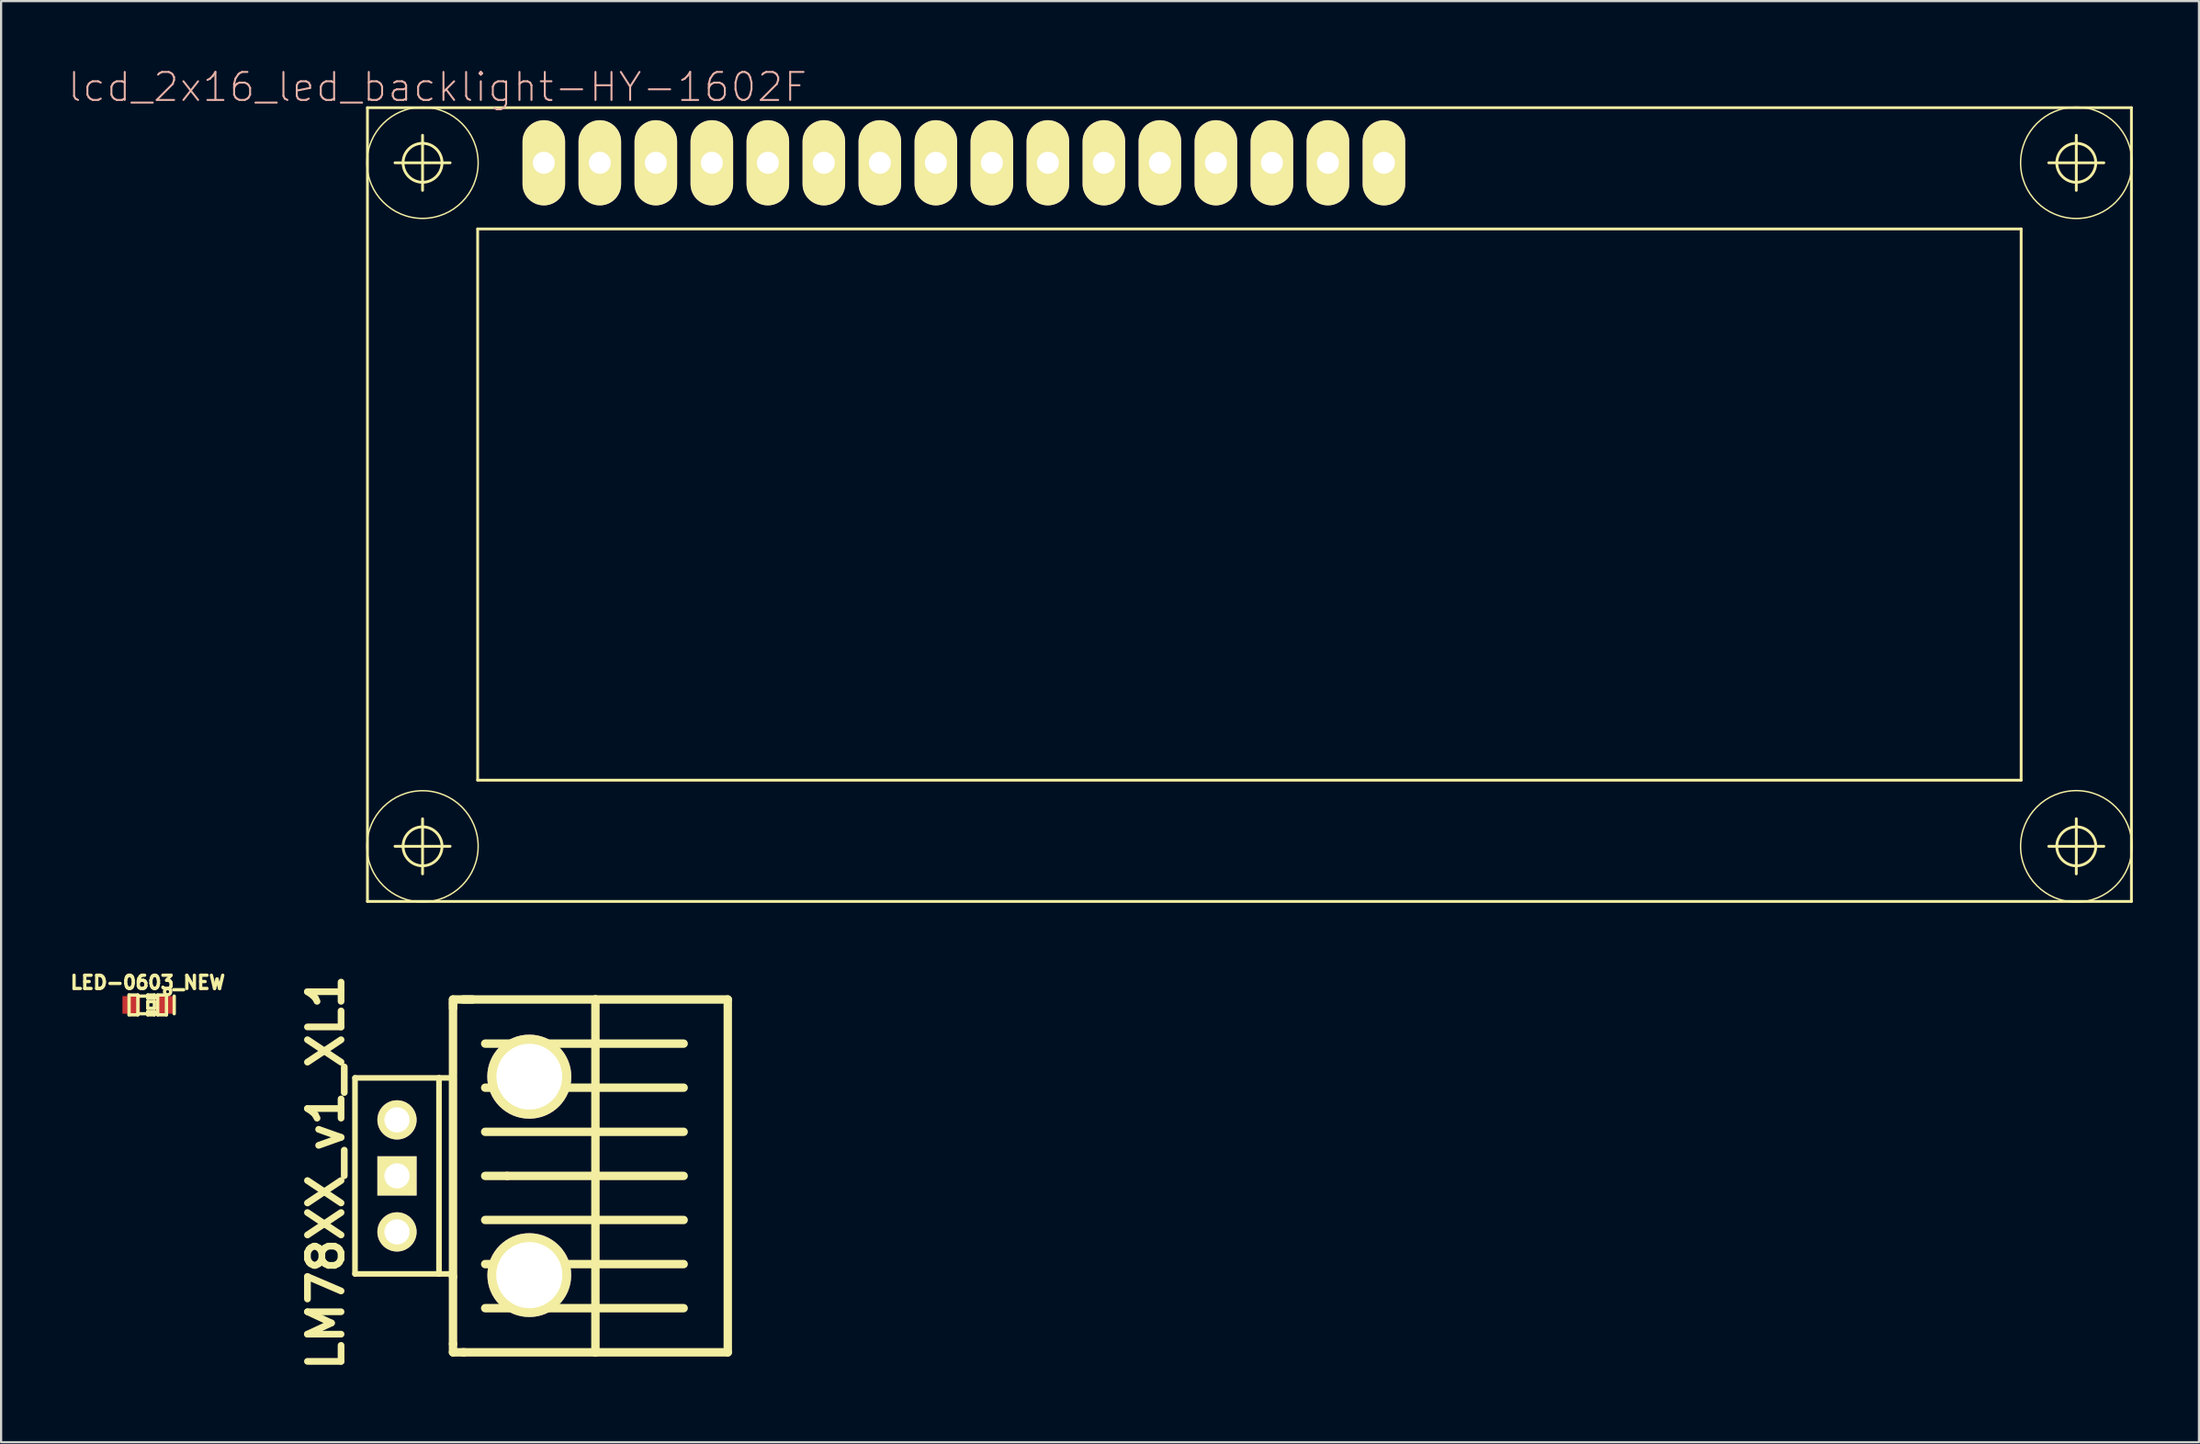
<source format=kicad_pcb>
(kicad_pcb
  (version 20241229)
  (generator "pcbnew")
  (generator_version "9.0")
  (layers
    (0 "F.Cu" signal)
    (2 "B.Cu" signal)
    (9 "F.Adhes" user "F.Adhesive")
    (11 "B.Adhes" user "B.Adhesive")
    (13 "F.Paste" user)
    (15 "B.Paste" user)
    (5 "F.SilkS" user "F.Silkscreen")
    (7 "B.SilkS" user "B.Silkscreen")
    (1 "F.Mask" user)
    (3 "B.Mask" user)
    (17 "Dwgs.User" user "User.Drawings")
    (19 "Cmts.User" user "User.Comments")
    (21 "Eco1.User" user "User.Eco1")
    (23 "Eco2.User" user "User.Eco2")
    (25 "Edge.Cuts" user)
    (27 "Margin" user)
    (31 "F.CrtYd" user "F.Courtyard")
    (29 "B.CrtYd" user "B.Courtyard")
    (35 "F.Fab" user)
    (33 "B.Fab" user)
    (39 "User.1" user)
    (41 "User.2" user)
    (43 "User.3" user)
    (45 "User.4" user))
  (footprint "lcd_2x16_led_backlight-HY-1602F"
    (layer "F.Cu")
    (at 19.072 4.333)
    (property "Reference" "lcd_2x16_led_backlight-HY-1602F" (at -2.283 -3.434 0) (layer "B.SilkS") (effects (font (size 1.27 1.27) (thickness 0.089))))
    (attr exclude_from_pos_files exclude_from_bom)
    (fp_line (start -5.458 -2.499) (end 74.539 -2.499) (stroke (width 0.127) (type solid)) (layer "F.SilkS"))
    (fp_line (start -5.458 33.498) (end -5.458 -2.499) (stroke (width 0.127) (type solid)) (layer "F.SilkS"))
    (fp_line (start -4.209 0) (end -1.709 0) (stroke (width 0.127) (type solid)) (layer "F.SilkS"))
    (fp_line (start -4.209 30.998) (end -1.709 30.998) (stroke (width 0.127) (type solid)) (layer "F.SilkS"))
    (fp_line (start -2.959 1.25) (end -2.959 -1.25) (stroke (width 0.127) (type solid)) (layer "F.SilkS"))
    (fp_line (start -2.959 32.248) (end -2.959 29.748) (stroke (width 0.127) (type solid)) (layer "F.SilkS"))
    (fp_line (start -0.46 3) (end -0.46 27.998) (stroke (width 0.127) (type solid)) (layer "F.SilkS"))
    (fp_line (start -0.46 3) (end 69.538 3) (stroke (width 0.127) (type solid)) (layer "F.SilkS"))
    (fp_line (start -0.46 27.998) (end 69.538 27.998) (stroke (width 0.127) (type solid)) (layer "F.SilkS"))
    (fp_line (start 69.538 3) (end 69.538 27.998) (stroke (width 0.127) (type solid)) (layer "F.SilkS"))
    (fp_line (start 70.79 0) (end 73.289 0) (stroke (width 0.127) (type solid)) (layer "F.SilkS"))
    (fp_line (start 70.79 30.998) (end 73.289 30.998) (stroke (width 0.127) (type solid)) (layer "F.SilkS"))
    (fp_line (start 72.039 1.25) (end 72.039 -1.25) (stroke (width 0.127) (type solid)) (layer "F.SilkS"))
    (fp_line (start 72.039 32.248) (end 72.039 29.748) (stroke (width 0.127) (type solid)) (layer "F.SilkS"))
    (fp_line (start 74.539 -2.499) (end 74.539 33.498) (stroke (width 0.127) (type solid)) (layer "F.SilkS"))
    (fp_line (start 74.539 33.498) (end -5.458 33.498) (stroke (width 0.127) (type solid)) (layer "F.SilkS"))
    (fp_circle (center -2.959 0) (end -4.742 1.783) (stroke (width 0.064) (type solid)) (fill no) (layer "F.SilkS"))
    (fp_circle (center -2.959 0) (end -3.584 0.625) (stroke (width 0.127) (type solid)) (fill no) (layer "F.SilkS"))
    (fp_circle (center -2.959 30.998) (end -4.742 32.781) (stroke (width 0.064) (type solid)) (fill no) (layer "F.SilkS"))
    (fp_circle (center -2.959 30.998) (end -3.584 31.623) (stroke (width 0.127) (type solid)) (fill no) (layer "F.SilkS"))
    (fp_circle (center 72.039 0) (end 72.664 0.625) (stroke (width 0.127) (type solid)) (fill no) (layer "F.SilkS"))
    (fp_circle (center 72.039 0) (end 73.825 1.786) (stroke (width 0.064) (type solid)) (fill no) (layer "F.SilkS"))
    (fp_circle (center 72.039 30.998) (end 72.664 31.623) (stroke (width 0.127) (type solid)) (fill no) (layer "F.SilkS"))
    (fp_circle (center 72.039 30.998) (end 73.825 32.784) (stroke (width 0.064) (type solid)) (fill no) (layer "F.SilkS"))
    (pad "1" thru_hole oval (at 2.54 0) (size 1.93 3.861) (drill 0.998) (layers "*.Cu" "*.Mask" "F.SilkS" "F.Paste"))
    (pad "2" thru_hole oval (at 5.08 0) (size 1.93 3.861) (drill 0.998) (layers "*.Cu" "*.Mask" "F.SilkS" "F.Paste"))
    (pad "3" thru_hole oval (at 7.62 0) (size 1.93 3.861) (drill 0.998) (layers "*.Cu" "*.Mask" "F.SilkS" "F.Paste"))
    (pad "4" thru_hole oval (at 10.16 0) (size 1.93 3.861) (drill 0.998) (layers "*.Cu" "*.Mask" "F.SilkS" "F.Paste"))
    (pad "5" thru_hole oval (at 12.7 0) (size 1.93 3.861) (drill 0.998) (layers "*.Cu" "*.Mask" "F.SilkS" "F.Paste"))
    (pad "6" thru_hole oval (at 15.24 0) (size 1.93 3.861) (drill 0.998) (layers "*.Cu" "*.Mask" "F.SilkS" "F.Paste"))
    (pad "7" thru_hole oval (at 17.78 0) (size 1.93 3.861) (drill 0.998) (layers "*.Cu" "*.Mask" "F.SilkS" "F.Paste"))
    (pad "8" thru_hole oval (at 20.32 0) (size 1.93 3.861) (drill 0.998) (layers "*.Cu" "*.Mask" "F.SilkS" "F.Paste"))
    (pad "9" thru_hole oval (at 22.86 0) (size 1.93 3.861) (drill 0.998) (layers "*.Cu" "*.Mask" "F.SilkS" "F.Paste"))
    (pad "10" thru_hole oval (at 25.4 0) (size 1.93 3.861) (drill 0.998) (layers "*.Cu" "*.Mask" "F.SilkS" "F.Paste"))
    (pad "11" thru_hole oval (at 27.94 0) (size 1.93 3.861) (drill 0.998) (layers "*.Cu" "*.Mask" "F.SilkS" "F.Paste"))
    (pad "12" thru_hole oval (at 30.48 0) (size 1.93 3.861) (drill 0.998) (layers "*.Cu" "*.Mask" "F.SilkS" "F.Paste"))
    (pad "13" thru_hole oval (at 33.02 0) (size 1.93 3.861) (drill 0.998) (layers "*.Cu" "*.Mask" "F.SilkS" "F.Paste"))
    (pad "14" thru_hole oval (at 35.56 0) (size 1.93 3.861) (drill 0.998) (layers "*.Cu" "*.Mask" "F.SilkS" "F.Paste"))
    (pad "15" thru_hole oval (at 38.1 0) (size 1.93 3.861) (drill 0.998) (layers "*.Cu" "*.Mask" "F.SilkS" "F.Paste"))
    (pad "16" thru_hole oval (at 40.64 0) (size 1.93 3.861) (drill 0.998) (layers "*.Cu" "*.Mask" "F.SilkS" "F.Paste")))
  (footprint "LED-0603_NEW"
    (layer "F.Cu")
    (at 3.651 42.524)
    (property "Reference" "LED-0603_NEW" (at 0 -1.016 0) (layer "F.SilkS") (effects (font (size 0.6 0.6) (thickness 0.15))))
    (attr smd)
    (fp_line (start -0.848 -0.45) (end -0.848 0.45) (stroke (width 0.15) (type solid)) (layer "F.SilkS"))
    (fp_line (start -0.848 -0.45) (end -0.45 -0.45) (stroke (width 0.15) (type solid)) (layer "F.SilkS"))
    (fp_line (start -0.848 0.45) (end -0.45 0.45) (stroke (width 0.15) (type solid)) (layer "F.SilkS"))
    (fp_line (start -0.45 -0.45) (end -0.45 0.45) (stroke (width 0.15) (type solid)) (layer "F.SilkS"))
    (fp_line (start 0 -0.45) (end 0 -0.3) (stroke (width 0.15) (type solid)) (layer "F.SilkS"))
    (fp_line (start 0 -0.45) (end 0.3 -0.45) (stroke (width 0.15) (type solid)) (layer "F.SilkS"))
    (fp_line (start 0 -0.3) (end 0.3 -0.3) (stroke (width 0.15) (type solid)) (layer "F.SilkS"))
    (fp_line (start 0 -0.15) (end 0 0.15) (stroke (width 0.15) (type solid)) (layer "F.SilkS"))
    (fp_line (start 0 -0.15) (end 0.3 -0.15) (stroke (width 0.15) (type solid)) (layer "F.SilkS"))
    (fp_line (start 0 0.15) (end 0.3 0.15) (stroke (width 0.15) (type solid)) (layer "F.SilkS"))
    (fp_line (start 0 0.3) (end 0 0.45) (stroke (width 0.15) (type solid)) (layer "F.SilkS"))
    (fp_line (start 0 0.3) (end 0.3 0.3) (stroke (width 0.15) (type solid)) (layer "F.SilkS"))
    (fp_line (start 0 0.45) (end 0.3 0.45) (stroke (width 0.15) (type solid)) (layer "F.SilkS"))
    (fp_line (start 0.3 -0.45) (end 0.3 -0.3) (stroke (width 0.15) (type solid)) (layer "F.SilkS"))
    (fp_line (start 0.3 -0.15) (end 0.3 0.15) (stroke (width 0.15) (type solid)) (layer "F.SilkS"))
    (fp_line (start 0.3 0.3) (end 0.3 0.45) (stroke (width 0.15) (type solid)) (layer "F.SilkS"))
    (fp_line (start 0.45 -0.45) (end 0.45 0.45) (stroke (width 0.15) (type solid)) (layer "F.SilkS"))
    (fp_line (start 0.45 -0.45) (end 0.848 -0.45) (stroke (width 0.15) (type solid)) (layer "F.SilkS"))
    (fp_line (start 0.45 -0.399) (end -0.45 -0.399) (stroke (width 0.15) (type solid)) (layer "F.SilkS"))
    (fp_line (start 0.45 0.399) (end -0.45 0.399) (stroke (width 0.15) (type solid)) (layer "F.SilkS"))
    (fp_line (start 0.45 0.45) (end 0.848 0.45) (stroke (width 0.15) (type solid)) (layer "F.SilkS"))
    (fp_line (start 0.848 -0.45) (end 0.848 0.45) (stroke (width 0.15) (type solid)) (layer "F.SilkS"))
    (fp_line (start 1.2 -0.4) (end 1.2 0.4) (stroke (width 0.15) (type solid)) (layer "F.SilkS"))
    (fp_circle (center 0.9 -0.6) (end 1 -0.7) (stroke (width 0.15) (type solid)) (fill no) (layer "F.SilkS"))
    (pad "1" smd rect (at -0.749 0) (size 0.798 0.798) (layers "F.Cu" "F.Mask" "F.Paste"))
    (pad "2" smd rect (at 0.749 0) (size 0.798 0.798) (layers "F.Cu" "F.Mask" "F.Paste")))
  (footprint "LM78XX_v1_XL1"
    (layer "F.Cu")
    (at 14.954 50.278)
    (property "Reference" "LM78XX_v1_XL1" (at -3.226 -0.152 90) (layer "F.SilkS") (effects (font (size 1.524 1.524) (thickness 0.305))))
    (attr through_hole)
    (fp_line (start -1.905 -4.445) (end 1.905 -4.445) (stroke (width 0.254) (type solid)) (layer "F.SilkS"))
    (fp_line (start -1.905 4.445) (end -1.905 -4.445) (stroke (width 0.254) (type solid)) (layer "F.SilkS"))
    (fp_line (start 1.905 -4.445) (end 1.905 4.445) (stroke (width 0.254) (type solid)) (layer "F.SilkS"))
    (fp_line (start 1.905 -4.445) (end 2.54 -4.445) (stroke (width 0.254) (type solid)) (layer "F.SilkS"))
    (fp_line (start 1.905 4.445) (end -1.905 4.445) (stroke (width 0.254) (type solid)) (layer "F.SilkS"))
    (fp_line (start 2.54 -8.001) (end 3.429 -8.001) (stroke (width 0.381) (type solid)) (layer "F.SilkS"))
    (fp_line (start 2.54 -7.747) (end 2.54 -8.001) (stroke (width 0.381) (type solid)) (layer "F.SilkS"))
    (fp_line (start 2.54 -7.62) (end 2.54 -7.874) (stroke (width 0.381) (type solid)) (layer "F.SilkS"))
    (fp_line (start 2.54 -4.572) (end 2.54 -7.62) (stroke (width 0.381) (type solid)) (layer "F.SilkS"))
    (fp_line (start 2.54 -4.445) (end 2.54 4.445) (stroke (width 0.254) (type solid)) (layer "F.SilkS"))
    (fp_line (start 2.54 -4.445) (end 2.54 4.572) (stroke (width 0.381) (type solid)) (layer "F.SilkS"))
    (fp_line (start 2.54 4.445) (end 1.905 4.445) (stroke (width 0.254) (type solid)) (layer "F.SilkS"))
    (fp_line (start 2.54 4.572) (end 2.54 7.62) (stroke (width 0.381) (type solid)) (layer "F.SilkS"))
    (fp_line (start 2.54 7.62) (end 2.54 8.001) (stroke (width 0.381) (type solid)) (layer "F.SilkS"))
    (fp_line (start 2.54 8.001) (end 3.048 8.001) (stroke (width 0.381) (type solid)) (layer "F.SilkS"))
    (fp_line (start 3 -8.001) (end 8.999 -8.001) (stroke (width 0.381) (type solid)) (layer "F.SilkS"))
    (fp_line (start 4 -5.999) (end 13 -5.999) (stroke (width 0.381) (type solid)) (layer "F.SilkS"))
    (fp_line (start 4 -4) (end 13 -4) (stroke (width 0.381) (type solid)) (layer "F.SilkS"))
    (fp_line (start 4 -1.999) (end 13 -1.999) (stroke (width 0.381) (type solid)) (layer "F.SilkS"))
    (fp_line (start 4 0) (end 5.001 0) (stroke (width 0.381) (type solid)) (layer "F.SilkS"))
    (fp_line (start 4 1.999) (end 13 1.999) (stroke (width 0.381) (type solid)) (layer "F.SilkS"))
    (fp_line (start 4 4) (end 13 4) (stroke (width 0.381) (type solid)) (layer "F.SilkS"))
    (fp_line (start 4 5.999) (end 13 5.999) (stroke (width 0.381) (type solid)) (layer "F.SilkS"))
    (fp_line (start 5.001 0) (end 13 0) (stroke (width 0.381) (type solid)) (layer "F.SilkS"))
    (fp_line (start 8.999 -8.001) (end 8.999 8.001) (stroke (width 0.381) (type solid)) (layer "F.SilkS"))
    (fp_line (start 8.999 8.001) (end 3 8.001) (stroke (width 0.381) (type solid)) (layer "F.SilkS"))
    (fp_line (start 8.999 8.001) (end 15.001 8.001) (stroke (width 0.381) (type solid)) (layer "F.SilkS"))
    (fp_line (start 15.001 -8.001) (end 8.999 -8.001) (stroke (width 0.381) (type solid)) (layer "F.SilkS"))
    (fp_line (start 15.001 8.001) (end 15.001 -8.001) (stroke (width 0.381) (type solid)) (layer "F.SilkS"))
    (pad "1" thru_hole circle (at 6 -4.5) (size 3.81 3.81) (drill 2.985) (layers "*.Cu" "*.Mask" "F.SilkS"))
    (pad "2" thru_hole circle (at 6 4.5) (size 3.8 3.8) (drill 3) (layers "*.Cu" "*.Mask" "F.SilkS"))
    (pad "GND" thru_hole rect (at 0 0) (size 1.778 1.778) (drill 1.143) (layers "*.Cu" "*.Mask" "F.SilkS"))
    (pad "VI" thru_hole circle (at 0 -2.54) (size 1.778 1.778) (drill 1.143) (layers "*.Cu" "*.Mask" "F.SilkS"))
    (pad "VO" thru_hole circle (at 0 2.54) (size 1.778 1.778) (drill 1.143) (layers "*.Cu" "*.Mask" "F.SilkS")))
  (gr_rect
    (start -3 -3)
    (end 96.674 62.356)
    (stroke (width 0.1) (type default))
    (fill no)
    (layer "Edge.Cuts")))
</source>
